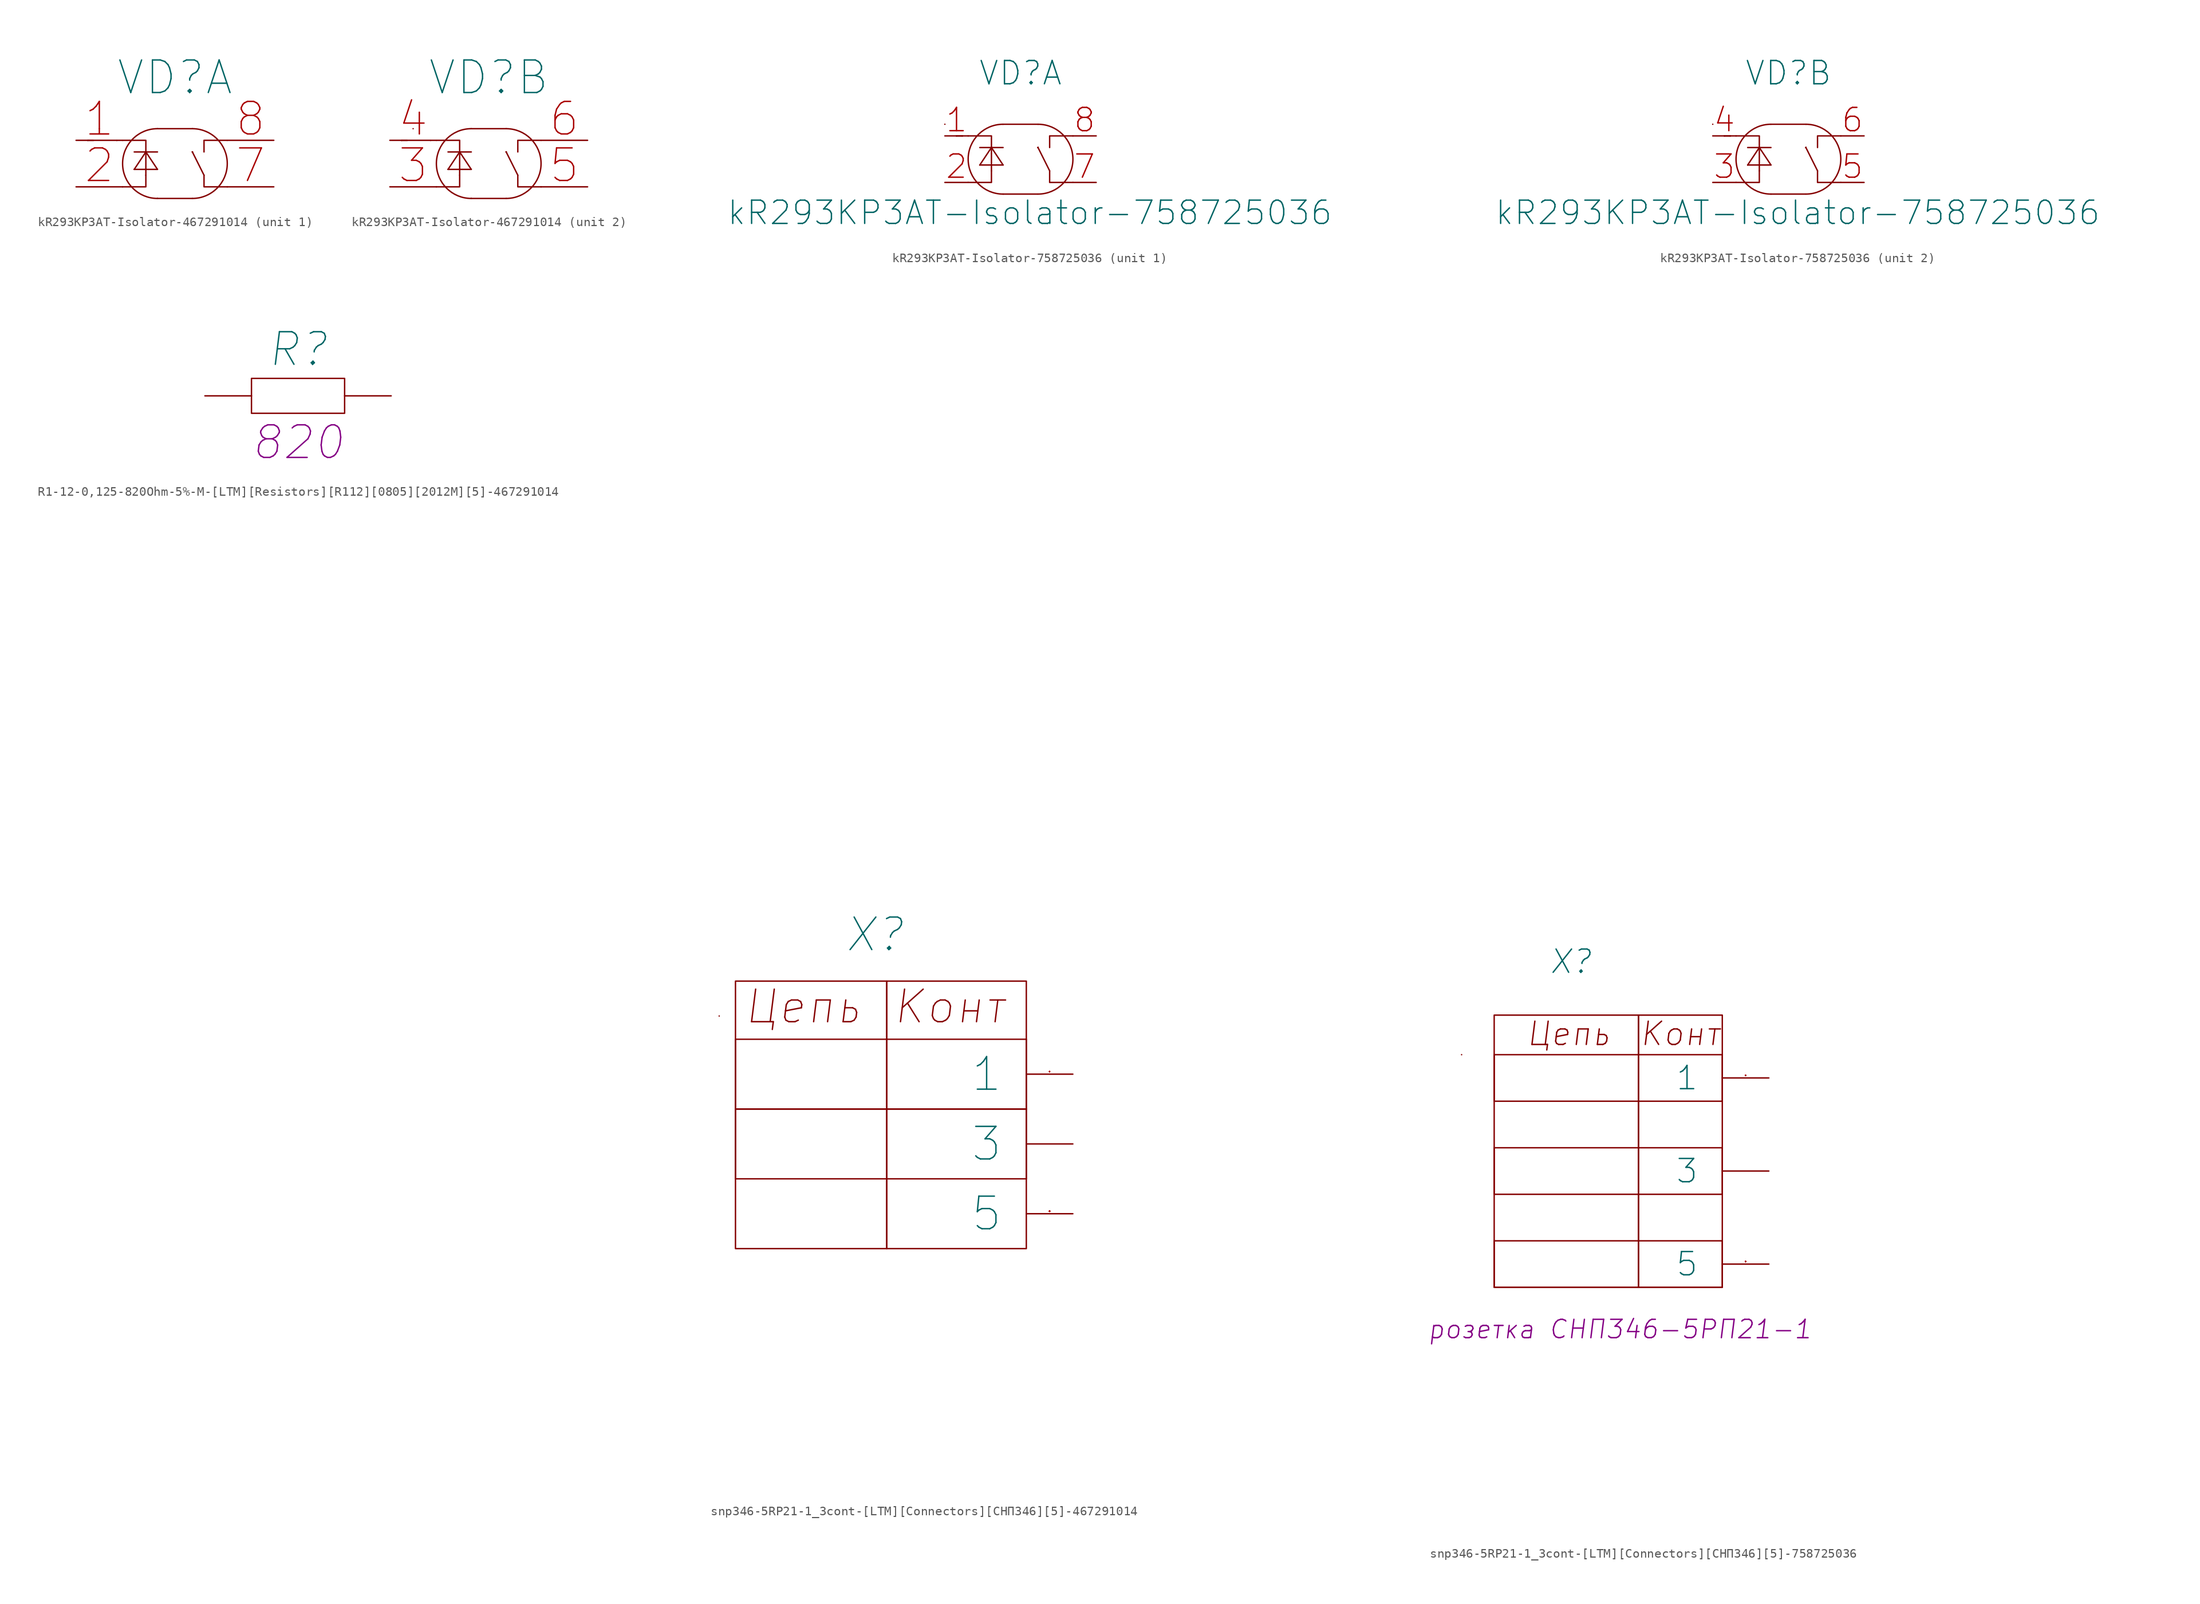
<source format=kicad_sym>
(kicad_symbol_lib
  (version 20210619)
  (generator kicad_symbol_editor)
  (symbol "kR293KP3AT-Isolator-467291014"
    (pin_names
      (offset 1.016))
    (property "Reference" "VD"
      (at 10.795 6.858 0)
      (effects (font (size 3.556 3.556))))
    (symbol "kR293KP3AT-Isolator-467291014_0_1"
      (arc (start 8.89 1.27) (end 8.89 -6.35) (radius (at 8.89 -2.54) (length 3.81) (angles 90.1 -90.1)) (stroke (width 0)) (fill (type none)))
      (arc (start 12.7 -6.35) (end 12.7 1.27) (radius (at 12.7 -2.54) (length 3.81) (angles -89.9 89.9)) (stroke (width 0)) (fill (type none)))
      (polyline (pts (xy 1.27 0) (xy 1.27 0)) (stroke (width 0)) (fill (type none)))
      (polyline (pts (xy 1.27 0) (xy 1.27 0)) (stroke (width 0)) (fill (type none)))
      (polyline (pts (xy 1.905 0) (xy 1.27 0)) (stroke (width 0)) (fill (type none)))
      (polyline (pts (xy 2.54 1.27) (xy 2.54 1.27)) (stroke (width 0)) (fill (type none)))
      (polyline (pts (xy 4.445 0) (xy 4.445 0)) (stroke (width 0)) (fill (type none)))
      (polyline (pts (xy 4.445 0) (xy 4.445 0)) (stroke (width 0)) (fill (type none)))
      (polyline (pts (xy 6.35 -3.175) (xy 6.35 -3.175)) (stroke (width 0)) (fill (type none)))
      (polyline (pts (xy 6.35 -1.27) (xy 8.89 -1.27)) (stroke (width 0)) (fill (type none)))
      (polyline (pts (xy 7.62 -1.27) (xy 6.35 -3.175)) (stroke (width 0)) (fill (type none)))
      (polyline (pts (xy 7.62 -1.27) (xy 7.62 -3.81)) (stroke (width 0)) (fill (type none)))
      (polyline (pts (xy 7.62 -1.27) (xy 7.62 -1.27)) (stroke (width 0)) (fill (type none)))
      (polyline (pts (xy 8.89 -6.35) (xy 8.89 -6.35)) (stroke (width 0)) (fill (type none)))
      (polyline (pts (xy 8.89 -6.35) (xy 12.7 -6.35)) (stroke (width 0)) (fill (type none)))
      (polyline (pts (xy 8.89 -3.175) (xy 6.35 -3.175)) (stroke (width 0)) (fill (type none)))
      (polyline (pts (xy 8.89 -3.175) (xy 7.62 -1.27)) (stroke (width 0)) (fill (type none)))
      (polyline (pts (xy 12.7 -1.27) (xy 12.7 -1.27)) (stroke (width 0)) (fill (type none)))
      (polyline (pts (xy 12.7 -1.27) (xy 12.7 -1.27)) (stroke (width 0)) (fill (type none)))
      (polyline (pts (xy 12.7 -1.27) (xy 12.7 -1.27)) (stroke (width 0)) (fill (type none)))
      (polyline (pts (xy 12.7 -1.27) (xy 12.7 -1.27)) (stroke (width 0)) (fill (type none)))
      (polyline (pts (xy 12.7 -1.27) (xy 12.7 -1.27)) (stroke (width 0)) (fill (type none)))
      (polyline (pts (xy 12.7 -1.27) (xy 12.7 -1.27)) (stroke (width 0)) (fill (type none)))
      (polyline (pts (xy 12.7 1.27) (xy 8.89 1.27)) (stroke (width 0)) (fill (type none)))
      (polyline (pts (xy 13.97 -3.81) (xy 12.7 -1.27)) (stroke (width 0)) (fill (type none)))
      (polyline (pts (xy 5.08 -5.08) (xy 7.62 -5.08) (xy 7.62 -3.81)) (stroke (width 0)) (fill (type none)))
      (polyline (pts (xy 5.08 0) (xy 7.62 0) (xy 7.62 -1.27)) (stroke (width 0)) (fill (type none)))
      (polyline (pts (xy 16.51 -5.08) (xy 13.97 -5.08) (xy 13.97 -3.81)) (stroke (width 0)) (fill (type none)))
      (polyline (pts (xy 16.51 0) (xy 13.97 0) (xy 13.97 -1.27)) (stroke (width 0)) (fill (type none))))
    (symbol "kR293KP3AT-Isolator-467291014_1_1"
      (pin input line (at 0 0 0) (length 5.08) (name "~" (effects (font (size 3.556 3.556)))) (number "1" (effects (font (size 3.556 3.556)))))
      (pin input line (at 0 -5.08 0) (length 5.08) (name "~" (effects (font (size 3.556 3.556)))) (number "2" (effects (font (size 3.556 3.556)))))
      (pin input line (at 21.59 -5.08 180) (length 5.08) (name "~" (effects (font (size 3.556 3.556)))) (number "7" (effects (font (size 3.556 3.556)))))
      (pin input line (at 21.59 0 180) (length 5.08) (name "~" (effects (font (size 3.556 3.556)))) (number "8" (effects (font (size 3.556 3.556))))))
    (symbol "kR293KP3AT-Isolator-467291014_2_1"
      (pin input line (at 0 -5.08 0) (length 5.08) (name "~" (effects (font (size 3.556 3.556)))) (number "3" (effects (font (size 3.556 3.556)))))
      (pin input line (at 0 0 0) (length 5.08) (name "~" (effects (font (size 3.556 3.556)))) (number "4" (effects (font (size 3.556 3.556)))))
      (pin input line (at 21.59 -5.08 180) (length 5.08) (name "~" (effects (font (size 3.556 3.556)))) (number "5" (effects (font (size 3.556 3.556)))))
      (pin input line (at 21.59 0 180) (length 5.08) (name "~" (effects (font (size 3.556 3.556)))) (number "6" (effects (font (size 3.556 3.556)))))))
  (symbol "kR293KP3AT-Isolator-758725036"
    (pin_names
      (offset 1.016))
    (property "Reference" "VD"
      (at 8.255 6.858 0)
      (effects (font (size 2.54 2.54))))
    (property "Value" "kR293KP3AT-Isolator-758725036"
      (at 9.271 -8.382 0)
      (effects (font (size 2.54 2.54))))
    (symbol "kR293KP3AT-Isolator-758725036_0_1"
      (arc (start 6.35 1.27) (end 6.35 -6.35) (radius (at 6.35 -2.54) (length 3.81) (angles 90.1 -90.1)) (stroke (width 0)) (fill (type none)))
      (arc (start 10.16 -6.35) (end 10.16 1.27) (radius (at 10.16 -2.54) (length 3.81) (angles -89.9 89.9)) (stroke (width 0)) (fill (type none)))
      (polyline (pts (xy 0 1.27) (xy 0 1.27)) (stroke (width 0)) (fill (type none)))
      (polyline (pts (xy 1.27 0) (xy 1.27 0)) (stroke (width 0)) (fill (type none)))
      (polyline (pts (xy 1.27 0) (xy 1.27 0)) (stroke (width 0)) (fill (type none)))
      (polyline (pts (xy 1.905 0) (xy 1.27 0)) (stroke (width 0)) (fill (type none)))
      (polyline (pts (xy 1.905 0) (xy 1.905 0)) (stroke (width 0)) (fill (type none)))
      (polyline (pts (xy 1.905 0) (xy 1.905 0)) (stroke (width 0)) (fill (type none)))
      (polyline (pts (xy 3.81 -3.175) (xy 3.81 -3.175)) (stroke (width 0)) (fill (type none)))
      (polyline (pts (xy 3.81 -1.27) (xy 6.35 -1.27)) (stroke (width 0)) (fill (type none)))
      (polyline (pts (xy 5.08 -1.27) (xy 3.81 -3.175)) (stroke (width 0)) (fill (type none)))
      (polyline (pts (xy 5.08 -1.27) (xy 5.08 -3.81)) (stroke (width 0)) (fill (type none)))
      (polyline (pts (xy 5.08 -1.27) (xy 5.08 -1.27)) (stroke (width 0)) (fill (type none)))
      (polyline (pts (xy 6.35 -6.35) (xy 6.35 -6.35)) (stroke (width 0)) (fill (type none)))
      (polyline (pts (xy 6.35 -6.35) (xy 10.16 -6.35)) (stroke (width 0)) (fill (type none)))
      (polyline (pts (xy 6.35 -3.175) (xy 3.81 -3.175)) (stroke (width 0)) (fill (type none)))
      (polyline (pts (xy 6.35 -3.175) (xy 5.08 -1.27)) (stroke (width 0)) (fill (type none)))
      (polyline (pts (xy 10.16 -1.27) (xy 10.16 -1.27)) (stroke (width 0)) (fill (type none)))
      (polyline (pts (xy 10.16 -1.27) (xy 10.16 -1.27)) (stroke (width 0)) (fill (type none)))
      (polyline (pts (xy 10.16 -1.27) (xy 10.16 -1.27)) (stroke (width 0)) (fill (type none)))
      (polyline (pts (xy 10.16 -1.27) (xy 10.16 -1.27)) (stroke (width 0)) (fill (type none)))
      (polyline (pts (xy 10.16 -1.27) (xy 10.16 -1.27)) (stroke (width 0)) (fill (type none)))
      (polyline (pts (xy 10.16 -1.27) (xy 10.16 -1.27)) (stroke (width 0)) (fill (type none)))
      (polyline (pts (xy 10.16 1.27) (xy 6.35 1.27)) (stroke (width 0)) (fill (type none)))
      (polyline (pts (xy 11.43 -3.81) (xy 10.16 -1.27)) (stroke (width 0)) (fill (type none)))
      (polyline (pts (xy 2.54 -5.08) (xy 5.08 -5.08) (xy 5.08 -3.81)) (stroke (width 0)) (fill (type none)))
      (polyline (pts (xy 2.54 0) (xy 5.08 0) (xy 5.08 -1.27)) (stroke (width 0)) (fill (type none)))
      (polyline (pts (xy 13.97 -5.08) (xy 11.43 -5.08) (xy 11.43 -3.81)) (stroke (width 0)) (fill (type none)))
      (polyline (pts (xy 13.97 0) (xy 11.43 0) (xy 11.43 -1.27)) (stroke (width 0)) (fill (type none))))
    (symbol "kR293KP3AT-Isolator-758725036_1_1"
      (pin input line (at 0 0 0) (length 2.54) (name "~" (effects (font (size 2.54 2.54)))) (number "1" (effects (font (size 2.54 2.54)))))
      (pin input line (at 0 -5.08 0) (length 2.54) (name "~" (effects (font (size 2.54 2.54)))) (number "2" (effects (font (size 2.54 2.54)))))
      (pin input line (at 16.51 -5.08 180) (length 2.54) (name "~" (effects (font (size 2.54 2.54)))) (number "7" (effects (font (size 2.54 2.54)))))
      (pin input line (at 16.51 0 180) (length 2.54) (name "~" (effects (font (size 2.54 2.54)))) (number "8" (effects (font (size 2.54 2.54))))))
    (symbol "kR293KP3AT-Isolator-758725036_2_1"
      (pin input line (at 0 -5.08 0) (length 2.54) (name "~" (effects (font (size 2.54 2.54)))) (number "3" (effects (font (size 2.54 2.54)))))
      (pin input line (at 0 0 0) (length 2.54) (name "~" (effects (font (size 2.54 2.54)))) (number "4" (effects (font (size 2.54 2.54)))))
      (pin input line (at 16.51 -5.08 180) (length 2.54) (name "~" (effects (font (size 2.54 2.54)))) (number "5" (effects (font (size 2.54 2.54)))))
      (pin input line (at 16.51 0 180) (length 2.54) (name "~" (effects (font (size 2.54 2.54)))) (number "6" (effects (font (size 2.54 2.54)))))))
  (symbol "R1-12-0,125-820Ohm-5%-M-[LTM][Resistors][R112][0805][2012M][5]-467291014"
    (pin_numbers hide)
    (pin_names
      (offset 0) hide)
    (property "Reference" "R"
      (at 0 5.08 0)
      (effects (font (size 3.556 3.556) italic)))
    (property "ValueName" "820"
      (at 0 -5.08 0)
      (effects (font (size 3.556 3.556) italic)))
    (symbol "R1-12-0,125-820Ohm-5%-M-[LTM][Resistors][R112][0805][2012M][5]-467291014_0_1"
      (rectangle (start -5.08 1.905) (end 5.08 -1.905) (stroke (width 0)) (fill (type none))))
    (symbol "R1-12-0,125-820Ohm-5%-M-[LTM][Resistors][R112][0805][2012M][5]-467291014_1_1"
      (pin passive line (at -10.16 0 0) (length 5.08) (name "~" (effects (font (size 2.54 2.54)))) (number "1" (effects (font (size 2.54 2.54)))))
      (pin passive line (at 10.16 0 180) (length 5.08) (name "~" (effects (font (size 2.54 2.54)))) (number "2" (effects (font (size 2.54 2.54)))))))
  (symbol "snp346-5RP21-1_3cont-[LTM][Connectors][СНП346][5]-467291014"
    (pin_names
      (offset 2.54))
    (property "Reference" "X"
      (at -21.59 15.24 0)
      (effects (font (size 3.556 3.556) italic)))
    (property "PIN1" "  "
      (at -8.89 5.334 0)
      (effects (font (size 2.007 2.007) italic)))
    (property "PIN2" "   "
      (at -41.91 0 0)
      (effects (font (size 2.007 2.007) italic)))
    (property "PIN3" " "
      (at -41.91 -5.08 0)
      (effects (font (size 2.007 2.007) italic)))
    (property "PIN4" "  "
      (at -44.45 71.12 0)
      (effects (font (size 2.007 2.007) italic)))
    (property "PIN5" " "
      (at -44.45 66.04 0)
      (effects (font (size 2.007 2.007) italic)))
    (symbol "snp346-5RP21-1_3cont-[LTM][Connectors][СНП346][5]-467291014_0_0"
      (pin passive line (at 0 0 180) (length 5.08) (name "1" (effects (font (size 3.556 3.556)))) (number "1" (effects (font (size 0.025 0.025)))))
      (pin passive line (at 0 -7.62 180) (length 5.08) (name "3" (effects (font (size 3.556 3.556)))) (number "3" (effects (font (size 0 0)))))
      (pin passive line (at 0 -15.24 180) (length 5.08) (name "5" (effects (font (size 3.556 3.556)))) (number "5" (effects (font (size 0.025 0.025))))))
    (symbol "snp346-5RP21-1_3cont-[LTM][Connectors][СНП346][5]-467291014_1_1"
      (text " " (at 9.906 -12.7 0) (effects (font (size 2.007 2.007) italic)))
      (text " " (at 9.906 -7.62 0) (effects (font (size 2.007 2.007) italic)))
      (text " " (at 9.906 -2.54 0) (effects (font (size 2.007 2.007) italic)))
      (text " " (at 9.906 2.54 0) (effects (font (size 2.007 2.007) italic)))
      (text " " (at 9.906 17.78 0) (effects (font (size 2.007 2.007) italic)))
      (text " " (at 12.446 -34.29 0) (effects (font (size 2.007 2.007) italic)))
      (text " " (at 12.446 -29.21 0) (effects (font (size 2.007 2.007) italic)))
      (text " " (at 12.446 -24.13 0) (effects (font (size 2.007 2.007) italic)))
      (text "Конт" (at -13.462 7.366 0) (effects (font (size 3.556 3.556) italic)))
      (text "Цепь" (at -29.464 7.366 0) (effects (font (size 3.556 3.556) italic)))
      (rectangle (start -38.608 6.35) (end -38.608 6.35) (stroke (width 0)) (fill (type none)))
      (rectangle (start -36.83 -3.81) (end -5.08 -11.43) (stroke (width 0)) (fill (type none)))
      (rectangle (start -36.83 3.81) (end -5.08 -3.81) (stroke (width 0)) (fill (type none)))
      (rectangle (start -36.83 10.16) (end -20.32 -19.05) (stroke (width 0)) (fill (type none)))
      (rectangle (start -20.32 10.16) (end -5.08 -19.05) (stroke (width 0)) (fill (type none)))))
  (symbol "snp346-5RP21-1_3cont-[LTM][Connectors][СНП346][5]-758725036"
    (pin_names
      (offset 2.54))
    (property "Reference" "X"
      (at -21.59 12.7 0)
      (effects (font (size 2.54 2.54) italic)))
    (property "ValueName" "розетка СНП346-5PП21-1"
      (at -16.256 -27.432 0)
      (effects (font (size 2.007 2.007) italic)))
    (property "PIN1" "  "
      (at -3.81 1.524 0)
      (effects (font (size 2.007 2.007) italic)))
    (property "PIN2" "   "
      (at -41.91 0 0)
      (effects (font (size 2.007 2.007) italic)))
    (property "PIN3" " "
      (at -41.91 -5.08 0)
      (effects (font (size 2.007 2.007) italic)))
    (property "PIN4" "  "
      (at -44.45 71.12 0)
      (effects (font (size 2.007 2.007) italic)))
    (property "PIN5" " "
      (at -44.45 66.04 0)
      (effects (font (size 2.007 2.007) italic)))
    (symbol "snp346-5RP21-1_3cont-[LTM][Connectors][СНП346][5]-758725036_0_0"
      (pin passive line (at 0 0 180) (length 5.08) (name "1" (effects (font (size 2.54 2.54)))) (number "1" (effects (font (size 0.025 0.025)))))
      (pin passive line (at 0 -10.16 180) (length 5.08) (name "3" (effects (font (size 2.54 2.54)))) (number "3" (effects (font (size 0 0)))))
      (pin passive line (at 0 -20.32 180) (length 5.08) (name "5" (effects (font (size 2.54 2.54)))) (number "5" (effects (font (size 0.025 0.025))))))
    (symbol "snp346-5RP21-1_3cont-[LTM][Connectors][СНП346][5]-758725036_1_1"
      (text " " (at 14.986 -16.51 0) (effects (font (size 2.007 2.007) italic)))
      (text " " (at 14.986 -11.43 0) (effects (font (size 2.007 2.007) italic)))
      (text " " (at 14.986 -6.35 0) (effects (font (size 2.007 2.007) italic)))
      (text " " (at 14.986 -1.27 0) (effects (font (size 2.007 2.007) italic)))
      (text " " (at 14.986 13.97 0) (effects (font (size 2.007 2.007) italic)))
      (text " " (at 17.526 -38.1 0) (effects (font (size 2.007 2.007) italic)))
      (text " " (at 17.526 -33.02 0) (effects (font (size 2.007 2.007) italic)))
      (text " " (at 17.526 -27.94 0) (effects (font (size 2.007 2.007) italic)))
      (text "Конт" (at -9.652 4.826 0) (effects (font (size 2.54 2.54) italic)))
      (text "Цепь" (at -21.844 4.826 0) (effects (font (size 2.54 2.54) italic)))
      (rectangle (start -33.528 2.54) (end -33.528 2.54) (stroke (width 0)) (fill (type none)))
      (rectangle (start -29.972 2.54) (end -5.08 -2.54) (stroke (width 0)) (fill (type none)))
      (rectangle (start -14.224 6.858) (end -29.972 -22.86) (stroke (width 0)) (fill (type none)))
      (rectangle (start -5.08 -17.78) (end -29.972 -22.86) (stroke (width 0)) (fill (type none)))
      (rectangle (start -5.08 -7.62) (end -29.972 -12.7) (stroke (width 0)) (fill (type none)))
      (rectangle (start -5.08 6.858) (end -14.224 -22.86) (stroke (width 0)) (fill (type none))))))
</source>
